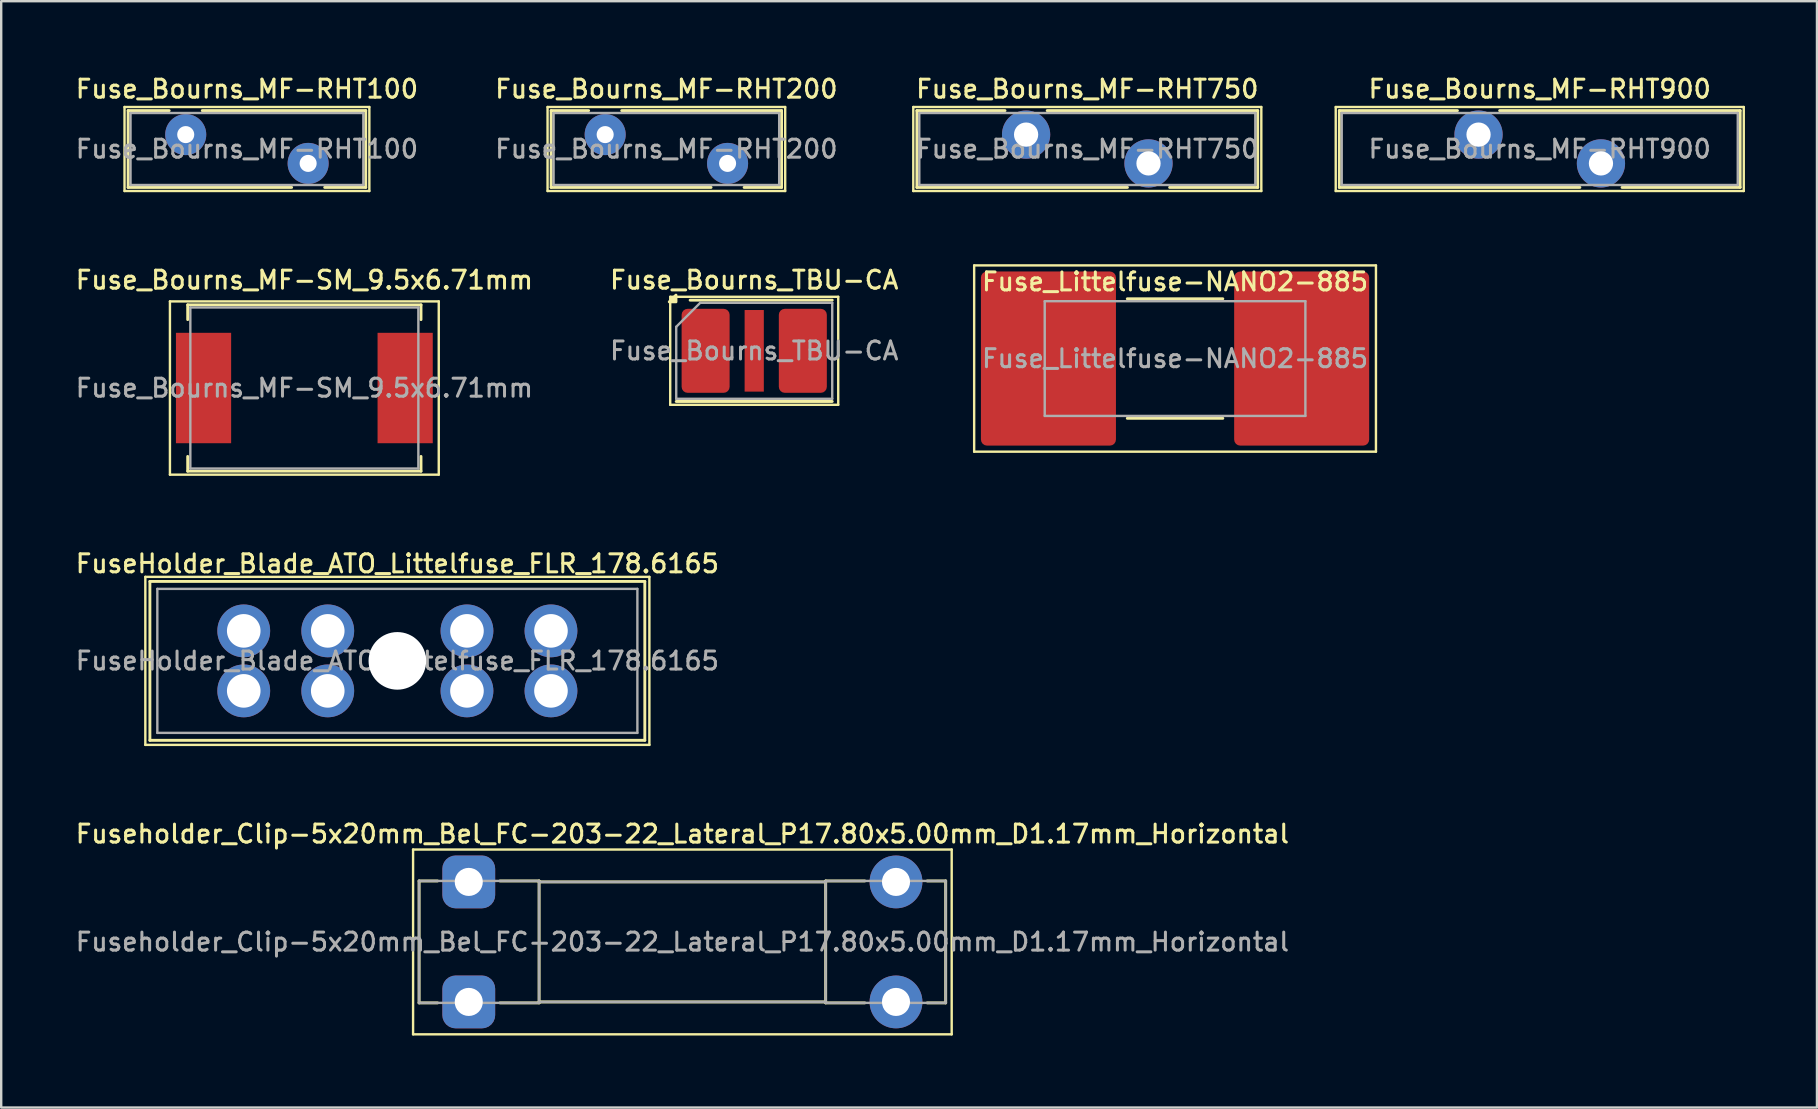
<source format=kicad_pcb>
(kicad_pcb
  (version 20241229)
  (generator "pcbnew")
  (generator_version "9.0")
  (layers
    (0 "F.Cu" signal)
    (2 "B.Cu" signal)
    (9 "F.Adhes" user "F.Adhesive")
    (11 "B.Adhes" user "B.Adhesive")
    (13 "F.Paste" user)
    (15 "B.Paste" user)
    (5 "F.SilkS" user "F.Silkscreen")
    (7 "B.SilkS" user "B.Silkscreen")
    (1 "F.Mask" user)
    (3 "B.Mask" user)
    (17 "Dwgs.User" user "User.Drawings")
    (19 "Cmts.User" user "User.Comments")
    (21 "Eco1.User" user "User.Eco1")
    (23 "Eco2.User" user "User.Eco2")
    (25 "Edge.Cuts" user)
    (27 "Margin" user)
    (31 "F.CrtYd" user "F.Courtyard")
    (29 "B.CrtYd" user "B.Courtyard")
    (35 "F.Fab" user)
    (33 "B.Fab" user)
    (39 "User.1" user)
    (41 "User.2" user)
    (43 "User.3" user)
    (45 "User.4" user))
  (footprint "FuseHolder_Blade_ATO_Littelfuse_FLR_178.6165"
    (layer "F.Cu")
    (at 7.105 23.234)
    (property "Reference" "FuseHolder_Blade_ATO_Littelfuse_FLR_178.6165" (at 6.4 -2.8 0) (layer "F.SilkS") (effects (font (size 0.75 0.75) (thickness 0.125))))
    (attr through_hole)
    (fp_line (start -4.1 -2.25) (end 16.9 -2.25) (stroke (width 0.1) (type default)) (layer "F.SilkS"))
    (fp_line (start -4.1 4.75) (end -4.1 -2.25) (stroke (width 0.1) (type default)) (layer "F.SilkS"))
    (fp_line (start -3.91 -2.06) (end 16.71 -2.06) (stroke (width 0.12) (type solid)) (layer "F.SilkS"))
    (fp_line (start -3.91 4.56) (end -3.91 -2.06) (stroke (width 0.12) (type solid)) (layer "F.SilkS"))
    (fp_line (start 16.71 -2.06) (end 16.71 4.56) (stroke (width 0.12) (type solid)) (layer "F.SilkS"))
    (fp_line (start 16.71 4.56) (end -3.91 4.56) (stroke (width 0.12) (type solid)) (layer "F.SilkS"))
    (fp_line (start 16.9 -2.25) (end 16.9 4.75) (stroke (width 0.1) (type default)) (layer "F.SilkS"))
    (fp_line (start 16.9 4.75) (end -4.1 4.75) (stroke (width 0.1) (type default)) (layer "F.SilkS"))
    (fp_line (start -3.6 -1.75) (end 16.4 -1.75) (stroke (width 0.1) (type solid)) (layer "F.Fab"))
    (fp_line (start -3.6 4.25) (end -3.6 -1.75) (stroke (width 0.1) (type solid)) (layer "F.Fab"))
    (fp_line (start 16.4 -1.75) (end 16.4 4.25) (stroke (width 0.1) (type solid)) (layer "F.Fab"))
    (fp_line (start 16.4 4.25) (end -3.6 4.25) (stroke (width 0.1) (type solid)) (layer "F.Fab"))
    (fp_text user "${REFERENCE}" (at 6.4 1.25 0) (layer "F.Fab") (effects (font (size 0.75 0.75) (thickness 0.125))))
    (pad "" np_thru_hole circle (at 6.4 1.25) (size 2.4 2.4) (drill 2.4) (layers "*.Cu" "*.Mask"))
    (pad "1" thru_hole circle (at 0 0) (size 2.2 2.2) (drill 1.4) (layers "*.Cu" "*.Mask"))
    (pad "1" thru_hole circle (at 0 2.5) (size 2.2 2.2) (drill 1.4) (layers "*.Cu" "*.Mask"))
    (pad "1" thru_hole circle (at 3.5 0) (size 2.2 2.2) (drill 1.4) (layers "*.Cu" "*.Mask"))
    (pad "1" thru_hole circle (at 3.5 2.5) (size 2.2 2.2) (drill 1.4) (layers "*.Cu" "*.Mask"))
    (pad "2" thru_hole circle (at 9.3 0) (size 2.2 2.2) (drill 1.4) (layers "*.Cu" "*.Mask"))
    (pad "2" thru_hole circle (at 9.3 2.5) (size 2.2 2.2) (drill 1.4) (layers "*.Cu" "*.Mask"))
    (pad "2" thru_hole circle (at 12.8 0) (size 2.2 2.2) (drill 1.4) (layers "*.Cu" "*.Mask"))
    (pad "2" thru_hole circle (at 12.8 2.5) (size 2.2 2.2) (drill 1.4) (layers "*.Cu" "*.Mask")))
  (footprint "Fuse_Bourns_MF-RHT100"
    (layer "F.Cu")
    (at 4.688 2.558)
    (property "Reference" "Fuse_Bourns_MF-RHT100" (at 2.55 -1.9 0) (layer "F.SilkS") (effects (font (size 0.75 0.75) (thickness 0.125))))
    (attr through_hole)
    (fp_line (start -2.55 -1.15) (end -2.55 2.35) (stroke (width 0.1) (type solid)) (layer "F.SilkS"))
    (fp_line (start -2.55 2.35) (end 7.65 2.35) (stroke (width 0.1) (type solid)) (layer "F.SilkS"))
    (fp_line (start -2.4 -1) (end -2.4 2.2) (stroke (width 0.12) (type solid)) (layer "F.SilkS"))
    (fp_line (start -2.4 -1) (end -0.689 -1) (stroke (width 0.12) (type solid)) (layer "F.SilkS"))
    (fp_line (start -2.4 2.2) (end 4.412 2.2) (stroke (width 0.12) (type solid)) (layer "F.SilkS"))
    (fp_line (start 0.689 -1) (end 7.5 -1) (stroke (width 0.12) (type solid)) (layer "F.SilkS"))
    (fp_line (start 5.789 2.2) (end 7.5 2.2) (stroke (width 0.12) (type solid)) (layer "F.SilkS"))
    (fp_line (start 7.5 -1) (end 7.5 2.2) (stroke (width 0.12) (type solid)) (layer "F.SilkS"))
    (fp_line (start 7.65 -1.15) (end -2.55 -1.15) (stroke (width 0.1) (type solid)) (layer "F.SilkS"))
    (fp_line (start 7.65 2.35) (end 7.65 -1.15) (stroke (width 0.1) (type solid)) (layer "F.SilkS"))
    (fp_line (start -2.3 -0.9) (end -2.3 2.1) (stroke (width 0.1) (type solid)) (layer "F.Fab"))
    (fp_line (start -2.3 2.1) (end 7.4 2.1) (stroke (width 0.1) (type solid)) (layer "F.Fab"))
    (fp_line (start 7.4 -0.9) (end -2.3 -0.9) (stroke (width 0.1) (type solid)) (layer "F.Fab"))
    (fp_line (start 7.4 2.1) (end 7.4 -0.9) (stroke (width 0.1) (type solid)) (layer "F.Fab"))
    (fp_text user "${REFERENCE}" (at 2.55 0.6 0) (layer "F.Fab") (effects (font (size 0.75 0.75) (thickness 0.125))))
    (pad "1" thru_hole circle (at 0 0) (size 1.71 1.71) (drill 0.71) (layers "*.Cu" "*.Mask"))
    (pad "2" thru_hole circle (at 5.1 1.2) (size 1.71 1.71) (drill 0.71) (layers "*.Cu" "*.Mask")))
  (footprint "Fuse_Bourns_TBU-CA"
    (layer "F.Cu")
    (at 28.373 11.566)
    (property "Reference" "Fuse_Bourns_TBU-CA" (at 0 -2.95 0) (layer "F.SilkS") (effects (font (size 0.75 0.75) (thickness 0.125))))
    (attr smd)
    (fp_line (start -3.5 -2.25) (end -3.5 2.25) (stroke (width 0.1) (type solid)) (layer "F.SilkS"))
    (fp_line (start -3.5 2.25) (end 3.5 2.25) (stroke (width 0.1) (type solid)) (layer "F.SilkS"))
    (fp_line (start -3.25 2.11) (end 3.25 2.11) (stroke (width 0.12) (type solid)) (layer "F.SilkS"))
    (fp_line (start -2.67 -2.11) (end 3.25 -2.11) (stroke (width 0.12) (type solid)) (layer "F.SilkS"))
    (fp_line (start 3.5 -2.25) (end -3.5 -2.25) (stroke (width 0.1) (type solid)) (layer "F.SilkS"))
    (fp_line (start 3.5 2.25) (end 3.5 -2.25) (stroke (width 0.1) (type solid)) (layer "F.SilkS"))
    (fp_poly (pts (xy -3.26 -2.04) (xy -3.54 -2.04) (xy -3.26 -2.32) (xy -3.26 -2.04)) (stroke (width 0.12) (type solid)) (fill yes) (layer "F.SilkS"))
    (fp_line (start -3.25 -1) (end -2.25 -2) (stroke (width 0.1) (type solid)) (layer "F.Fab"))
    (fp_line (start -3.25 2) (end -3.25 -1) (stroke (width 0.1) (type solid)) (layer "F.Fab"))
    (fp_line (start -2.25 -2) (end 3.25 -2) (stroke (width 0.1) (type solid)) (layer "F.Fab"))
    (fp_line (start 3.25 -2) (end 3.25 2) (stroke (width 0.1) (type solid)) (layer "F.Fab"))
    (fp_line (start 3.25 2) (end -3.25 2) (stroke (width 0.1) (type solid)) (layer "F.Fab"))
    (fp_text user "${REFERENCE}" (at 0 0 0) (layer "F.Fab") (effects (font (size 0.75 0.75) (thickness 0.125))))
    (pad "1" smd roundrect (at -2.025 0) (size 2 3.5) (layers "F.Cu" "F.Mask" "F.Paste") (roundrect_rratio 0.125))
    (pad "2" smd rect (at 0 0) (size 0.8 3.4) (layers "F.Cu" "F.Mask" "F.Paste"))
    (pad "3" smd roundrect (at 2.025 0) (size 2 3.5) (layers "F.Cu" "F.Mask" "F.Paste") (roundrect_rratio 0.125)))
  (footprint "Fuseholder_Clip-5x20mm_Bel_FC-203-22_Lateral_P17.80x5.00mm_D1.17mm_Horizontal"
    (layer "F.Cu")
    (at 16.48 33.693)
    (property "Reference" "Fuseholder_Clip-5x20mm_Bel_FC-203-22_Lateral_P17.80x5.00mm_D1.17mm_Horizontal" (at 8.9 -2 0) (layer "F.SilkS") (effects (font (size 0.75 0.75) (thickness 0.125))))
    (attr through_hole)
    (fp_line (start -2.32 -1.35) (end -2.32 6.35) (stroke (width 0.1) (type solid)) (layer "F.SilkS"))
    (fp_line (start -2.32 -1.35) (end 20.12 -1.35) (stroke (width 0.1) (type solid)) (layer "F.SilkS"))
    (fp_line (start -2.07 5.04) (end -2.07 -0.04) (stroke (width 0.12) (type solid)) (layer "F.SilkS"))
    (fp_line (start -1.3 -0.04) (end -2.07 -0.04) (stroke (width 0.12) (type solid)) (layer "F.SilkS"))
    (fp_line (start -1.3 5.04) (end -2.07 5.04) (stroke (width 0.12) (type solid)) (layer "F.SilkS"))
    (fp_line (start 2.93 -0.04) (end 1.3 -0.04) (stroke (width 0.12) (type solid)) (layer "F.SilkS"))
    (fp_line (start 2.93 -0.04) (end 2.93 5.04) (stroke (width 0.12) (type solid)) (layer "F.SilkS"))
    (fp_line (start 2.93 5.04) (end 1.3 5.04) (stroke (width 0.12) (type solid)) (layer "F.SilkS"))
    (fp_line (start 14.87 -0.04) (end 14.87 5.04) (stroke (width 0.12) (type solid)) (layer "F.SilkS"))
    (fp_line (start 14.87 0) (end 2.93 0) (stroke (width 0.12) (type solid)) (layer "F.SilkS"))
    (fp_line (start 14.87 5) (end 2.93 5) (stroke (width 0.12) (type solid)) (layer "F.SilkS"))
    (fp_line (start 16.5 -0.04) (end 14.87 -0.04) (stroke (width 0.12) (type solid)) (layer "F.SilkS"))
    (fp_line (start 16.5 5.04) (end 14.87 5.04) (stroke (width 0.12) (type solid)) (layer "F.SilkS"))
    (fp_line (start 19.1 -0.04) (end 19.87 -0.04) (stroke (width 0.12) (type solid)) (layer "F.SilkS"))
    (fp_line (start 19.1 5.04) (end 19.87 5.04) (stroke (width 0.12) (type solid)) (layer "F.SilkS"))
    (fp_line (start 19.87 -0.04) (end 19.87 5.04) (stroke (width 0.12) (type solid)) (layer "F.SilkS"))
    (fp_line (start 20.12 6.35) (end -2.32 6.35) (stroke (width 0.1) (type solid)) (layer "F.SilkS"))
    (fp_line (start 20.12 6.35) (end 20.12 -1.35) (stroke (width 0.1) (type solid)) (layer "F.SilkS"))
    (fp_line (start -2.07 -0.04) (end 2.93 -0.04) (stroke (width 0.1) (type solid)) (layer "F.Fab"))
    (fp_line (start -2.07 5.04) (end -2.07 -0.04) (stroke (width 0.1) (type solid)) (layer "F.Fab"))
    (fp_line (start 2.9 5.04) (end -2.07 5.04) (stroke (width 0.1) (type solid)) (layer "F.Fab"))
    (fp_line (start 2.93 -0.04) (end 2.93 5.04) (stroke (width 0.1) (type solid)) (layer "F.Fab"))
    (fp_line (start 2.93 0) (end 14.87 0) (stroke (width 0.1) (type solid)) (layer "F.Fab"))
    (fp_line (start 14.87 -0.04) (end 14.87 5.04) (stroke (width 0.1) (type solid)) (layer "F.Fab"))
    (fp_line (start 14.87 5) (end 2.93 5) (stroke (width 0.1) (type solid)) (layer "F.Fab"))
    (fp_line (start 14.87 5.04) (end 19.87 5.04) (stroke (width 0.1) (type solid)) (layer "F.Fab"))
    (fp_line (start 19.87 -0.04) (end 14.87 -0.04) (stroke (width 0.1) (type solid)) (layer "F.Fab"))
    (fp_line (start 19.87 5.04) (end 19.87 -0.04) (stroke (width 0.1) (type solid)) (layer "F.Fab"))
    (fp_text user "${REFERENCE}" (at 8.9 2.5 0) (layer "F.Fab") (effects (font (size 0.75 0.75) (thickness 0.125))))
    (pad "1" thru_hole roundrect (at 0 0) (size 2.2 2.2) (drill 1.17) (layers "*.Cu" "*.Mask") (roundrect_rratio 0.25))
    (pad "1" thru_hole roundrect (at 0 5) (size 2.2 2.2) (drill 1.17) (layers "*.Cu" "*.Mask") (roundrect_rratio 0.25))
    (pad "2" thru_hole circle (at 17.8 0) (size 2.2 2.2) (drill 1.17) (layers "*.Cu" "*.Mask"))
    (pad "2" thru_hole circle (at 17.8 5) (size 2.2 2.2) (drill 1.17) (layers "*.Cu" "*.Mask")))
  (footprint "Fuse_Bourns_MF-RHT200"
    (layer "F.Cu")
    (at 22.163 2.558)
    (property "Reference" "Fuse_Bourns_MF-RHT200" (at 2.55 -1.9 0) (layer "F.SilkS") (effects (font (size 0.75 0.75) (thickness 0.125))))
    (attr through_hole)
    (fp_line (start -2.4 -1.15) (end -2.4 2.35) (stroke (width 0.1) (type solid)) (layer "F.SilkS"))
    (fp_line (start -2.4 2.35) (end 7.5 2.35) (stroke (width 0.1) (type solid)) (layer "F.SilkS"))
    (fp_line (start -2.251 -1) (end -2.251 2.2) (stroke (width 0.12) (type solid)) (layer "F.SilkS"))
    (fp_line (start -2.251 -1) (end -0.689 -1) (stroke (width 0.12) (type solid)) (layer "F.SilkS"))
    (fp_line (start -2.251 2.2) (end 4.412 2.2) (stroke (width 0.12) (type solid)) (layer "F.SilkS"))
    (fp_line (start 0.689 -1) (end 7.35 -1) (stroke (width 0.12) (type solid)) (layer "F.SilkS"))
    (fp_line (start 5.789 2.2) (end 7.35 2.2) (stroke (width 0.12) (type solid)) (layer "F.SilkS"))
    (fp_line (start 7.35 -1) (end 7.35 2.2) (stroke (width 0.12) (type solid)) (layer "F.SilkS"))
    (fp_line (start 7.5 -1.15) (end -2.4 -1.15) (stroke (width 0.1) (type solid)) (layer "F.SilkS"))
    (fp_line (start 7.5 2.35) (end 7.5 -1.15) (stroke (width 0.1) (type solid)) (layer "F.SilkS"))
    (fp_line (start -2.15 -0.9) (end -2.15 2.1) (stroke (width 0.1) (type solid)) (layer "F.Fab"))
    (fp_line (start -2.15 2.1) (end 7.25 2.1) (stroke (width 0.1) (type solid)) (layer "F.Fab"))
    (fp_line (start 7.25 -0.9) (end -2.15 -0.9) (stroke (width 0.1) (type solid)) (layer "F.Fab"))
    (fp_line (start 7.25 2.1) (end 7.25 -0.9) (stroke (width 0.1) (type solid)) (layer "F.Fab"))
    (fp_text user "${REFERENCE}" (at 2.55 0.6 0) (layer "F.Fab") (effects (font (size 0.75 0.75) (thickness 0.125))))
    (pad "1" thru_hole circle (at 0 0) (size 1.71 1.71) (drill 0.71) (layers "*.Cu" "*.Mask"))
    (pad "2" thru_hole circle (at 5.1 1.2) (size 1.71 1.71) (drill 0.71) (layers "*.Cu" "*.Mask")))
  (footprint "Fuse_Bourns_MF-SM_9.5x6.71mm"
    (layer "F.Cu")
    (at 9.63 13.116)
    (property "Reference" "Fuse_Bourns_MF-SM_9.5x6.71mm" (at 0 -4.5 0) (layer "F.SilkS") (effects (font (size 0.75 0.75) (thickness 0.125))))
    (attr smd)
    (fp_line (start -5.6 -3.61) (end 5.6 -3.61) (stroke (width 0.1) (type solid)) (layer "F.SilkS"))
    (fp_line (start -5.6 3.61) (end -5.6 -3.61) (stroke (width 0.1) (type solid)) (layer "F.SilkS"))
    (fp_line (start -4.86 -3.465) (end 4.86 -3.465) (stroke (width 0.12) (type solid)) (layer "F.SilkS"))
    (fp_line (start -4.86 -2.85) (end -4.86 -3.465) (stroke (width 0.12) (type solid)) (layer "F.SilkS"))
    (fp_line (start -4.86 2.85) (end -4.86 3.465) (stroke (width 0.12) (type solid)) (layer "F.SilkS"))
    (fp_line (start -4.86 3.465) (end 4.86 3.465) (stroke (width 0.12) (type solid)) (layer "F.SilkS"))
    (fp_line (start 4.86 -2.85) (end 4.86 -3.465) (stroke (width 0.12) (type solid)) (layer "F.SilkS"))
    (fp_line (start 4.86 2.85) (end 4.86 3.465) (stroke (width 0.12) (type solid)) (layer "F.SilkS"))
    (fp_line (start 5.6 -3.61) (end 5.6 3.61) (stroke (width 0.1) (type solid)) (layer "F.SilkS"))
    (fp_line (start 5.6 3.61) (end -5.6 3.61) (stroke (width 0.1) (type solid)) (layer "F.SilkS"))
    (fp_line (start -4.75 -3.355) (end 4.75 -3.355) (stroke (width 0.1) (type solid)) (layer "F.Fab"))
    (fp_line (start -4.75 3.355) (end -4.75 -3.355) (stroke (width 0.1) (type solid)) (layer "F.Fab"))
    (fp_line (start 4.75 -3.355) (end 4.75 3.355) (stroke (width 0.1) (type solid)) (layer "F.Fab"))
    (fp_line (start 4.75 3.355) (end -4.75 3.355) (stroke (width 0.1) (type solid)) (layer "F.Fab"))
    (fp_text user "${REFERENCE}" (at 0 0 0) (layer "F.Fab") (effects (font (size 0.75 0.75) (thickness 0.125))))
    (pad "1" smd rect (at -4.2 0) (size 2.3 4.6) (layers "F.Cu" "F.Mask" "F.Paste"))
    (pad "2" smd rect (at 4.2 0) (size 2.3 4.6) (layers "F.Cu" "F.Mask" "F.Paste")))
  (footprint "Fuse_Littelfuse-NANO2-885"
    (layer "F.Cu")
    (at 45.906 11.888)
    (property "Reference" "Fuse_Littelfuse-NANO2-885" (at 0 -3.2 0) (unlocked yes) (layer "F.SilkS") (effects (font (size 0.75 0.75) (thickness 0.125))))
    (attr smd)
    (fp_line (start -8.37 -3.88) (end -8.37 3.88) (stroke (width 0.1) (type default)) (layer "F.SilkS"))
    (fp_line (start -8.37 -3.88) (end 8.37 -3.88) (stroke (width 0.1) (type solid)) (layer "F.SilkS"))
    (fp_line (start -1.99 -2.49) (end 1.99 -2.49) (stroke (width 0.12) (type solid)) (layer "F.SilkS"))
    (fp_line (start -1.99 2.49) (end 1.99 2.49) (stroke (width 0.12) (type solid)) (layer "F.SilkS"))
    (fp_line (start 8.37 -3.88) (end 8.37 3.88) (stroke (width 0.1) (type default)) (layer "F.SilkS"))
    (fp_line (start 8.37 3.88) (end -8.37 3.88) (stroke (width 0.1) (type solid)) (layer "F.SilkS"))
    (fp_line (start -5.43 -2.39) (end -5.43 2.39) (stroke (width 0.1) (type default)) (layer "F.Fab"))
    (fp_line (start -5.43 -2.39) (end 5.43 -2.39) (stroke (width 0.1) (type solid)) (layer "F.Fab"))
    (fp_line (start -5.43 2.39) (end 5.43 2.39) (stroke (width 0.1) (type solid)) (layer "F.Fab"))
    (fp_line (start 5.43 -2.39) (end 5.43 2.39) (stroke (width 0.1) (type default)) (layer "F.Fab"))
    (fp_text user "${REFERENCE}" (at 0 0 0) (layer "F.Fab") (effects (font (size 0.75 0.75) (thickness 0.125))))
    (pad "1" smd roundrect (at -5.275 0) (size 5.625 7.255) (layers "F.Cu" "F.Mask" "F.Paste") (roundrect_rratio 0.045))
    (pad "2" smd roundrect (at 5.275 0) (size 5.625 7.255) (layers "F.Cu" "F.Mask" "F.Paste") (roundrect_rratio 0.045)))
  (footprint "Fuse_Bourns_MF-RHT900"
    (layer "F.Cu")
    (at 58.55 2.558)
    (property "Reference" "Fuse_Bourns_MF-RHT900" (at 2.55 -1.9 0) (layer "F.SilkS") (effects (font (size 0.75 0.75) (thickness 0.125))))
    (attr through_hole)
    (fp_line (start -5.95 -1.15) (end -5.95 2.35) (stroke (width 0.1) (type solid)) (layer "F.SilkS"))
    (fp_line (start -5.95 2.35) (end 11.05 2.35) (stroke (width 0.1) (type solid)) (layer "F.SilkS"))
    (fp_line (start -5.8 -1) (end -5.8 2.2) (stroke (width 0.12) (type solid)) (layer "F.SilkS"))
    (fp_line (start -5.8 -1) (end -0.879 -1) (stroke (width 0.12) (type solid)) (layer "F.SilkS"))
    (fp_line (start -5.8 2.2) (end 4.222 2.2) (stroke (width 0.12) (type solid)) (layer "F.SilkS"))
    (fp_line (start 0.879 -1) (end 10.9 -1) (stroke (width 0.12) (type solid)) (layer "F.SilkS"))
    (fp_line (start 5.979 2.2) (end 10.9 2.2) (stroke (width 0.12) (type solid)) (layer "F.SilkS"))
    (fp_line (start 10.9 -1) (end 10.9 2.2) (stroke (width 0.12) (type solid)) (layer "F.SilkS"))
    (fp_line (start 11.05 -1.15) (end -5.95 -1.15) (stroke (width 0.1) (type solid)) (layer "F.SilkS"))
    (fp_line (start 11.05 2.35) (end 11.05 -1.15) (stroke (width 0.1) (type solid)) (layer "F.SilkS"))
    (fp_line (start -5.7 -0.9) (end -5.7 2.1) (stroke (width 0.1) (type solid)) (layer "F.Fab"))
    (fp_line (start -5.7 2.1) (end 10.8 2.1) (stroke (width 0.1) (type solid)) (layer "F.Fab"))
    (fp_line (start 10.8 -0.9) (end -5.7 -0.9) (stroke (width 0.1) (type solid)) (layer "F.Fab"))
    (fp_line (start 10.8 2.1) (end 10.8 -0.9) (stroke (width 0.1) (type solid)) (layer "F.Fab"))
    (fp_text user "${REFERENCE}" (at 2.55 0.6 0) (layer "F.Fab") (effects (font (size 0.75 0.75) (thickness 0.125))))
    (pad "1" thru_hole circle (at 0 0) (size 2.01 2.01) (drill 1.01) (layers "*.Cu" "*.Mask"))
    (pad "2" thru_hole circle (at 5.1 1.2) (size 2.01 2.01) (drill 1.01) (layers "*.Cu" "*.Mask")))
  (footprint "Fuse_Bourns_MF-RHT750"
    (layer "F.Cu")
    (at 39.7 2.558)
    (property "Reference" "Fuse_Bourns_MF-RHT750" (at 2.55 -1.9 0) (layer "F.SilkS") (effects (font (size 0.75 0.75) (thickness 0.125))))
    (attr through_hole)
    (fp_line (start -4.7 -1.15) (end -4.7 2.35) (stroke (width 0.1) (type solid)) (layer "F.SilkS"))
    (fp_line (start -4.7 2.35) (end 9.8 2.35) (stroke (width 0.1) (type solid)) (layer "F.SilkS"))
    (fp_line (start -4.55 -1) (end -4.55 2.2) (stroke (width 0.12) (type solid)) (layer "F.SilkS"))
    (fp_line (start -4.55 -1) (end -0.879 -1) (stroke (width 0.12) (type solid)) (layer "F.SilkS"))
    (fp_line (start -4.55 2.2) (end 4.222 2.2) (stroke (width 0.12) (type solid)) (layer "F.SilkS"))
    (fp_line (start 0.879 -1) (end 9.65 -1) (stroke (width 0.12) (type solid)) (layer "F.SilkS"))
    (fp_line (start 5.979 2.2) (end 9.65 2.2) (stroke (width 0.12) (type solid)) (layer "F.SilkS"))
    (fp_line (start 9.65 -1) (end 9.65 2.2) (stroke (width 0.12) (type solid)) (layer "F.SilkS"))
    (fp_line (start 9.8 -1.15) (end -4.7 -1.15) (stroke (width 0.1) (type solid)) (layer "F.SilkS"))
    (fp_line (start 9.8 2.35) (end 9.8 -1.15) (stroke (width 0.1) (type solid)) (layer "F.SilkS"))
    (fp_line (start -4.45 -0.9) (end -4.45 2.1) (stroke (width 0.1) (type solid)) (layer "F.Fab"))
    (fp_line (start -4.45 2.1) (end 9.55 2.1) (stroke (width 0.1) (type solid)) (layer "F.Fab"))
    (fp_line (start 9.55 -0.9) (end -4.45 -0.9) (stroke (width 0.1) (type solid)) (layer "F.Fab"))
    (fp_line (start 9.55 2.1) (end 9.55 -0.9) (stroke (width 0.1) (type solid)) (layer "F.Fab"))
    (fp_text user "${REFERENCE}" (at 2.55 0.6 0) (layer "F.Fab") (effects (font (size 0.75 0.75) (thickness 0.125))))
    (pad "1" thru_hole circle (at 0 0) (size 2.01 2.01) (drill 1.01) (layers "*.Cu" "*.Mask"))
    (pad "2" thru_hole circle (at 5.1 1.2) (size 2.01 2.01) (drill 1.01) (layers "*.Cu" "*.Mask")))
  (gr_rect
    (start -3 -3)
    (end 72.65 43.093)
    (stroke (width 0.1) (type default))
    (fill no)
    (layer "Edge.Cuts")))
</source>
